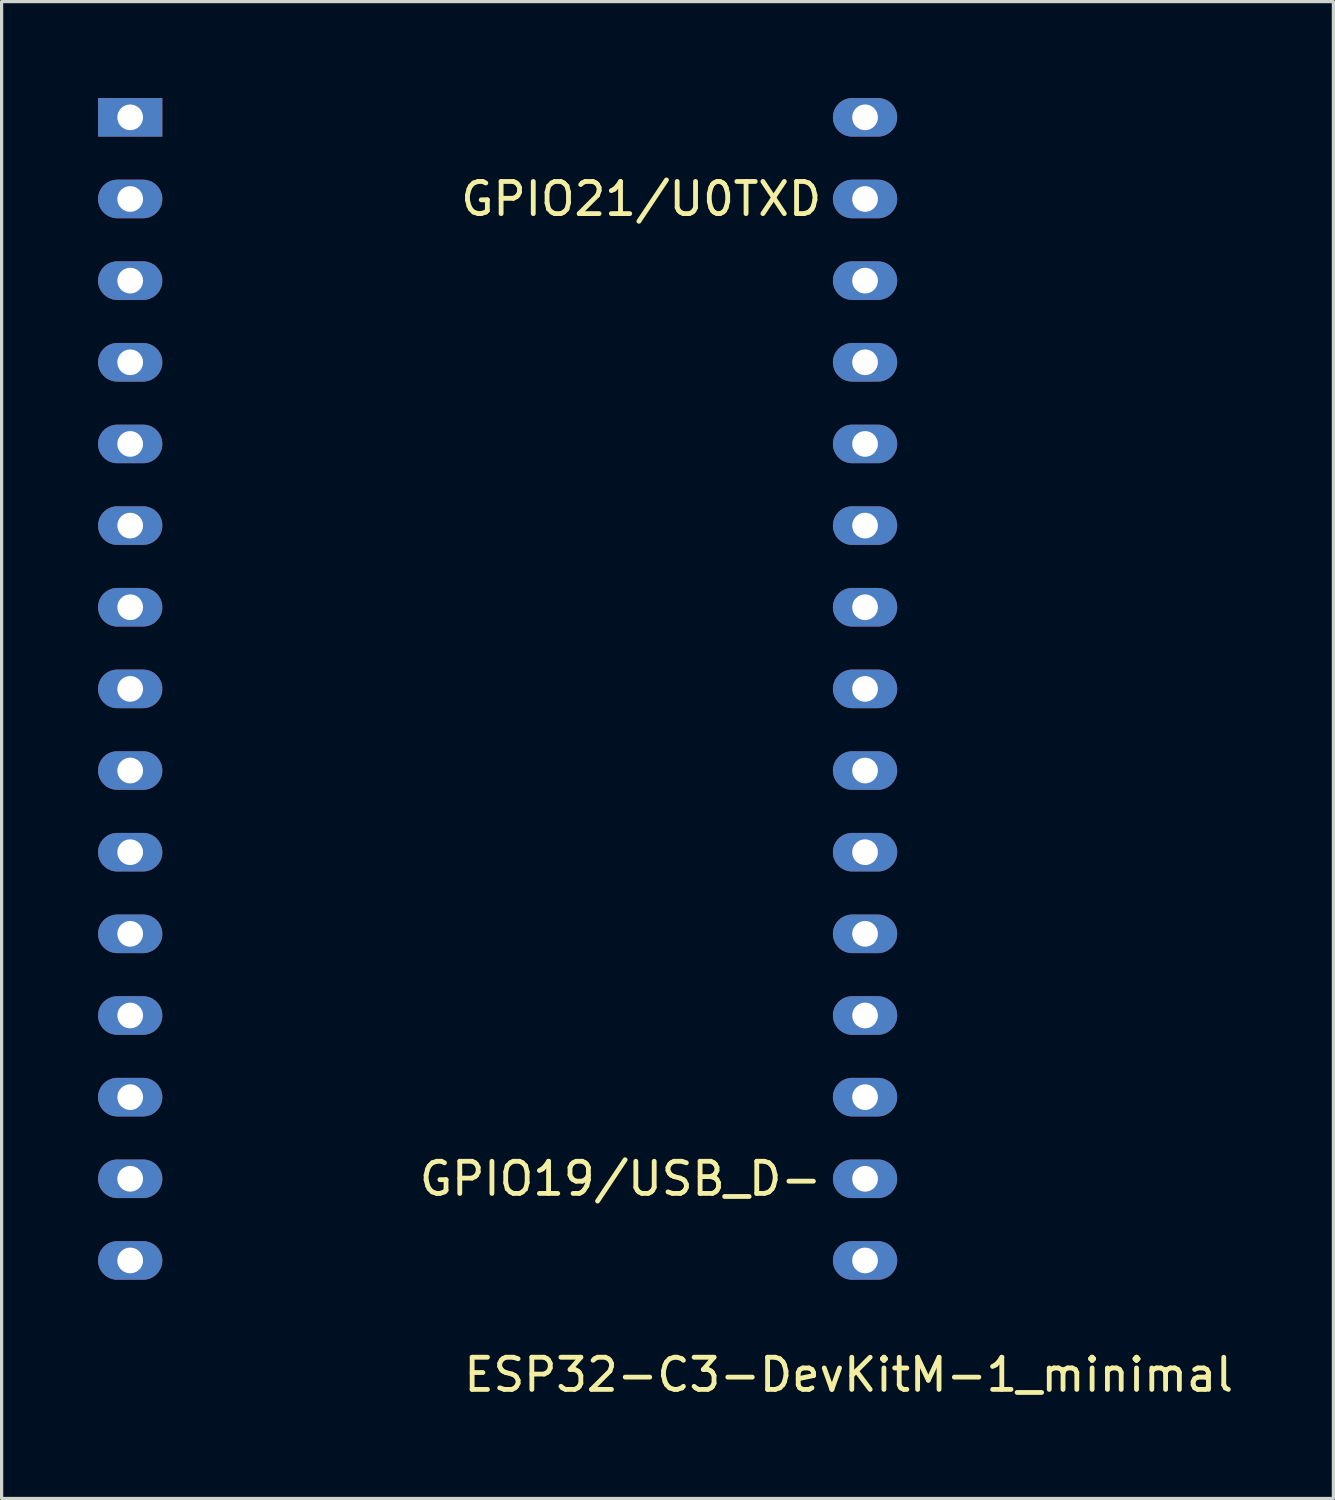
<source format=kicad_pcb>
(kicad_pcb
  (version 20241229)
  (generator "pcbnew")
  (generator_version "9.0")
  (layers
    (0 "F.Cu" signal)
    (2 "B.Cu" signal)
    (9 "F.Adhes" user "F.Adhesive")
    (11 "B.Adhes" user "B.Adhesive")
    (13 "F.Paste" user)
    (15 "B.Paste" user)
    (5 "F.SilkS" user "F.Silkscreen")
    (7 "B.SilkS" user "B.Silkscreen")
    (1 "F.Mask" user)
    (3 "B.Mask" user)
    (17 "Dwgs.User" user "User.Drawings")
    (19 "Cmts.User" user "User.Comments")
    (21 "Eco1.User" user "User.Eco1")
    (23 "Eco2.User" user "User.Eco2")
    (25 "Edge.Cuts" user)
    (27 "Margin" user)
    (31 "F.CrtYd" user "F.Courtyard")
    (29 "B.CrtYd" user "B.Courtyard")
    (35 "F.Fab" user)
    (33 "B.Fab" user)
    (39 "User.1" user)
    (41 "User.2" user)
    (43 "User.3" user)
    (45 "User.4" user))
  (footprint "ESP32-C3-DevKitM-1_minimal"
    (layer "F.Cu")
    (at 1 0.6)
    (property "Reference" "ESP32-C3-DevKitM-1_minimal" (at 22.352 39.116 0) (layer "F.SilkS") (effects (font (size 1 1) (thickness 0.15))))
    (attr through_hole)
    (fp_text user "GPIO19/USB_D-" (at 21.59 33.02 0) (unlocked yes) (layer "F.SilkS") (effects (font (size 1 1) (thickness 0.15)) (justify right)))
    (fp_text user "GPIO21/U0TXD" (at 21.59 2.54 0) (unlocked yes) (layer "F.SilkS") (effects (font (size 1 1) (thickness 0.15)) (justify right)))
    (pad "1" thru_hole rect (at 0 0 270) (size 1.2 2) (drill 0.8) (layers "*.Cu" "*.Mask"))
    (pad "2" thru_hole oval (at 0 2.54 270) (size 1.2 2) (drill 0.8) (layers "*.Cu" "*.Mask"))
    (pad "3" thru_hole oval (at 0 5.08 270) (size 1.2 2) (drill 0.8) (layers "*.Cu" "*.Mask"))
    (pad "4" thru_hole oval (at 0 7.62 270) (size 1.2 2) (drill 0.8) (layers "*.Cu" "*.Mask"))
    (pad "5" thru_hole oval (at 0 10.16 270) (size 1.2 2) (drill 0.8) (layers "*.Cu" "*.Mask"))
    (pad "6" thru_hole oval (at 0 12.7 270) (size 1.2 2) (drill 0.8) (layers "*.Cu" "*.Mask"))
    (pad "7" thru_hole oval (at 0 15.24 270) (size 1.2 2) (drill 0.8) (layers "*.Cu" "*.Mask"))
    (pad "8" thru_hole oval (at 0 17.78 270) (size 1.2 2) (drill 0.8) (layers "*.Cu" "*.Mask"))
    (pad "9" thru_hole oval (at 0 20.32 270) (size 1.2 2) (drill 0.8) (layers "*.Cu" "*.Mask"))
    (pad "10" thru_hole oval (at 0 22.86 270) (size 1.2 2) (drill 0.8) (layers "*.Cu" "*.Mask"))
    (pad "11" thru_hole oval (at 0 25.4 270) (size 1.2 2) (drill 0.8) (layers "*.Cu" "*.Mask"))
    (pad "12" thru_hole oval (at 0 27.94 270) (size 1.2 2) (drill 0.8) (layers "*.Cu" "*.Mask"))
    (pad "13" thru_hole oval (at 0 30.48 270) (size 1.2 2) (drill 0.8) (layers "*.Cu" "*.Mask"))
    (pad "14" thru_hole oval (at 0 33.02 270) (size 1.2 2) (drill 0.8) (layers "*.Cu" "*.Mask"))
    (pad "15" thru_hole oval (at 0 35.56 270) (size 1.2 2) (drill 0.8) (layers "*.Cu" "*.Mask"))
    (pad "16" thru_hole oval (at 22.86 35.56 270) (size 1.2 2) (drill 0.8) (layers "*.Cu" "*.Mask"))
    (pad "17" thru_hole oval (at 22.86 33.02 270) (size 1.2 2) (drill 0.8) (layers "*.Cu" "*.Mask"))
    (pad "18" thru_hole oval (at 22.86 30.48 270) (size 1.2 2) (drill 0.8) (layers "*.Cu" "*.Mask"))
    (pad "19" thru_hole oval (at 22.86 27.94 270) (size 1.2 2) (drill 0.8) (layers "*.Cu" "*.Mask"))
    (pad "20" thru_hole oval (at 22.86 25.4 270) (size 1.2 2) (drill 0.8) (layers "*.Cu" "*.Mask"))
    (pad "21" thru_hole oval (at 22.86 22.86 270) (size 1.2 2) (drill 0.8) (layers "*.Cu" "*.Mask"))
    (pad "22" thru_hole oval (at 22.86 20.32 270) (size 1.2 2) (drill 0.8) (layers "*.Cu" "*.Mask"))
    (pad "23" thru_hole oval (at 22.86 17.78 270) (size 1.2 2) (drill 0.8) (layers "*.Cu" "*.Mask"))
    (pad "24" thru_hole oval (at 22.86 15.24 270) (size 1.2 2) (drill 0.8) (layers "*.Cu" "*.Mask"))
    (pad "25" thru_hole oval (at 22.86 12.7 270) (size 1.2 2) (drill 0.8) (layers "*.Cu" "*.Mask"))
    (pad "26" thru_hole oval (at 22.86 10.16 270) (size 1.2 2) (drill 0.8) (layers "*.Cu" "*.Mask"))
    (pad "27" thru_hole oval (at 22.86 7.62 270) (size 1.2 2) (drill 0.8) (layers "*.Cu" "*.Mask"))
    (pad "28" thru_hole oval (at 22.86 5.08 270) (size 1.2 2) (drill 0.8) (layers "*.Cu" "*.Mask"))
    (pad "29" thru_hole oval (at 22.86 2.54 270) (size 1.2 2) (drill 0.8) (layers "*.Cu" "*.Mask"))
    (pad "30" thru_hole oval (at 22.86 0 270) (size 1.2 2) (drill 0.8) (layers "*.Cu" "*.Mask")))
  (gr_rect
    (start -3 -3)
    (end 38.429 43.564)
    (stroke (width 0.1) (type default))
    (fill no)
    (layer "Edge.Cuts")))
</source>
